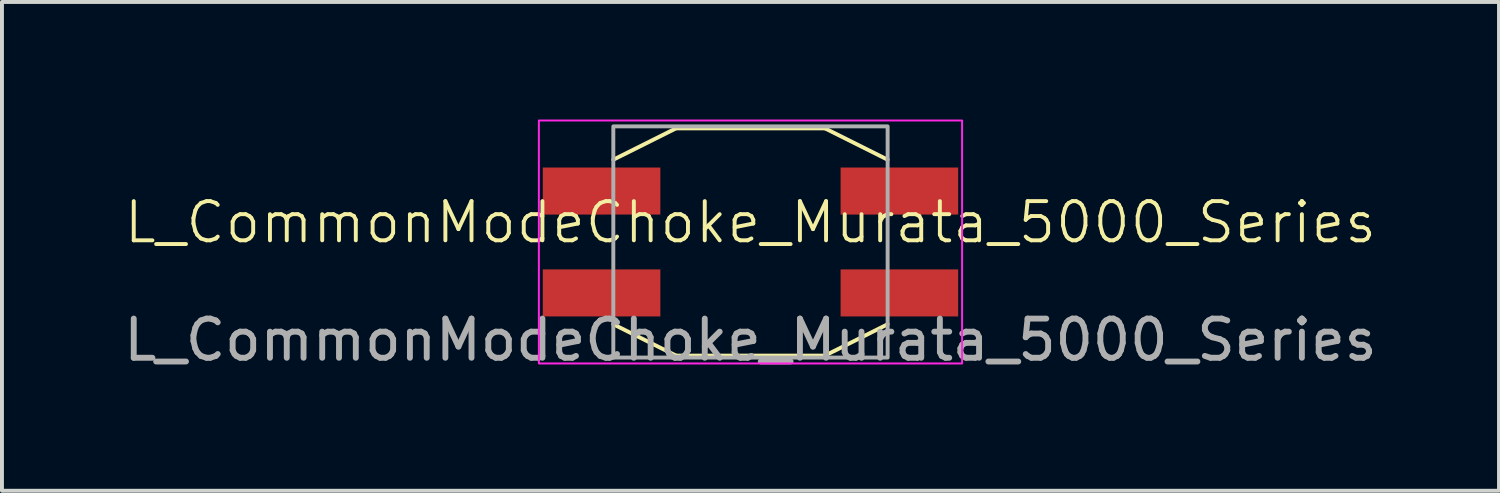
<source format=kicad_pcb>
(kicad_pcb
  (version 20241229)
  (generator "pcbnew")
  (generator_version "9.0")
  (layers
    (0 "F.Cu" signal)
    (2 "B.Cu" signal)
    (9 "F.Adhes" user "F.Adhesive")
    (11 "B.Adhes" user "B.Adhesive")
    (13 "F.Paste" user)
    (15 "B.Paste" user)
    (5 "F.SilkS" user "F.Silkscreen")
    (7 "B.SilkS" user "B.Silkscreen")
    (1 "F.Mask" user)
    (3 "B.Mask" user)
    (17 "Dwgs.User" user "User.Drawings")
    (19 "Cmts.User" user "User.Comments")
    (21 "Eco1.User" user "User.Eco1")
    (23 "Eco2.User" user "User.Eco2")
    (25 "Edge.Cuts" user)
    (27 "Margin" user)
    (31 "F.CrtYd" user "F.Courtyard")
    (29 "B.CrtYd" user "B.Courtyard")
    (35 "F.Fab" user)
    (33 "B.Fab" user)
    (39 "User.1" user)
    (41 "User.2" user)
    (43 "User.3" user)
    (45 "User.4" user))
  (footprint "L_CommonModeChoke_Murata_5000_Series"
    (layer "F.Cu")
    (at 16.101 3.125)
    (property "Reference" "L_CommonModeChoke_Murata_5000_Series" (at 0 -0.5 0) (unlocked yes) (layer "F.SilkS") (effects (font (size 1 1) (thickness 0.1))))
    (attr smd)
    (fp_line (start -3.5 -2.1) (end -1.9 -2.9) (stroke (width 0.1) (type default)) (layer "F.SilkS"))
    (fp_line (start -1.9 -2.9) (end 1.9 -2.9) (stroke (width 0.1) (type default)) (layer "F.SilkS"))
    (fp_line (start -1.9 2.9) (end -3.5 2.1) (stroke (width 0.1) (type default)) (layer "F.SilkS"))
    (fp_line (start 1.9 -2.9) (end 3.5 -2.1) (stroke (width 0.1) (type default)) (layer "F.SilkS"))
    (fp_line (start 1.9 2.9) (end -1.9 2.9) (stroke (width 0.1) (type default)) (layer "F.SilkS"))
    (fp_line (start 3.5 2.1) (end 1.9 2.9) (stroke (width 0.1) (type default)) (layer "F.SilkS"))
    (fp_rect (start -5.4 -3.1) (end 5.4 3.1) (stroke (width 0.05) (type default)) (fill no) (layer "F.CrtYd"))
    (fp_rect (start -3.5 -2.95) (end 3.5 2.95) (stroke (width 0.1) (type default)) (fill no) (layer "F.Fab"))
    (fp_text user "${REFERENCE}" (at 0 2.5 0) (unlocked yes) (layer "F.Fab") (effects (font (size 1 1) (thickness 0.15))))
    (pad "1" smd rect (at -3.8 -1.3) (size 3 1.2) (layers "F.Cu" "F.Mask" "F.Paste"))
    (pad "2" smd rect (at -3.8 1.3) (size 3 1.2) (layers "F.Cu" "F.Mask" "F.Paste"))
    (pad "3" smd rect (at 3.8 1.3) (size 3 1.2) (layers "F.Cu" "F.Mask" "F.Paste"))
    (pad "4" smd rect (at 3.8 -1.3) (size 3 1.2) (layers "F.Cu" "F.Mask" "F.Paste")))
  (gr_rect
    (start -3 -3)
    (end 35.202 9.473)
    (stroke (width 0.1) (type default))
    (fill no)
    (layer "Edge.Cuts")))
</source>
